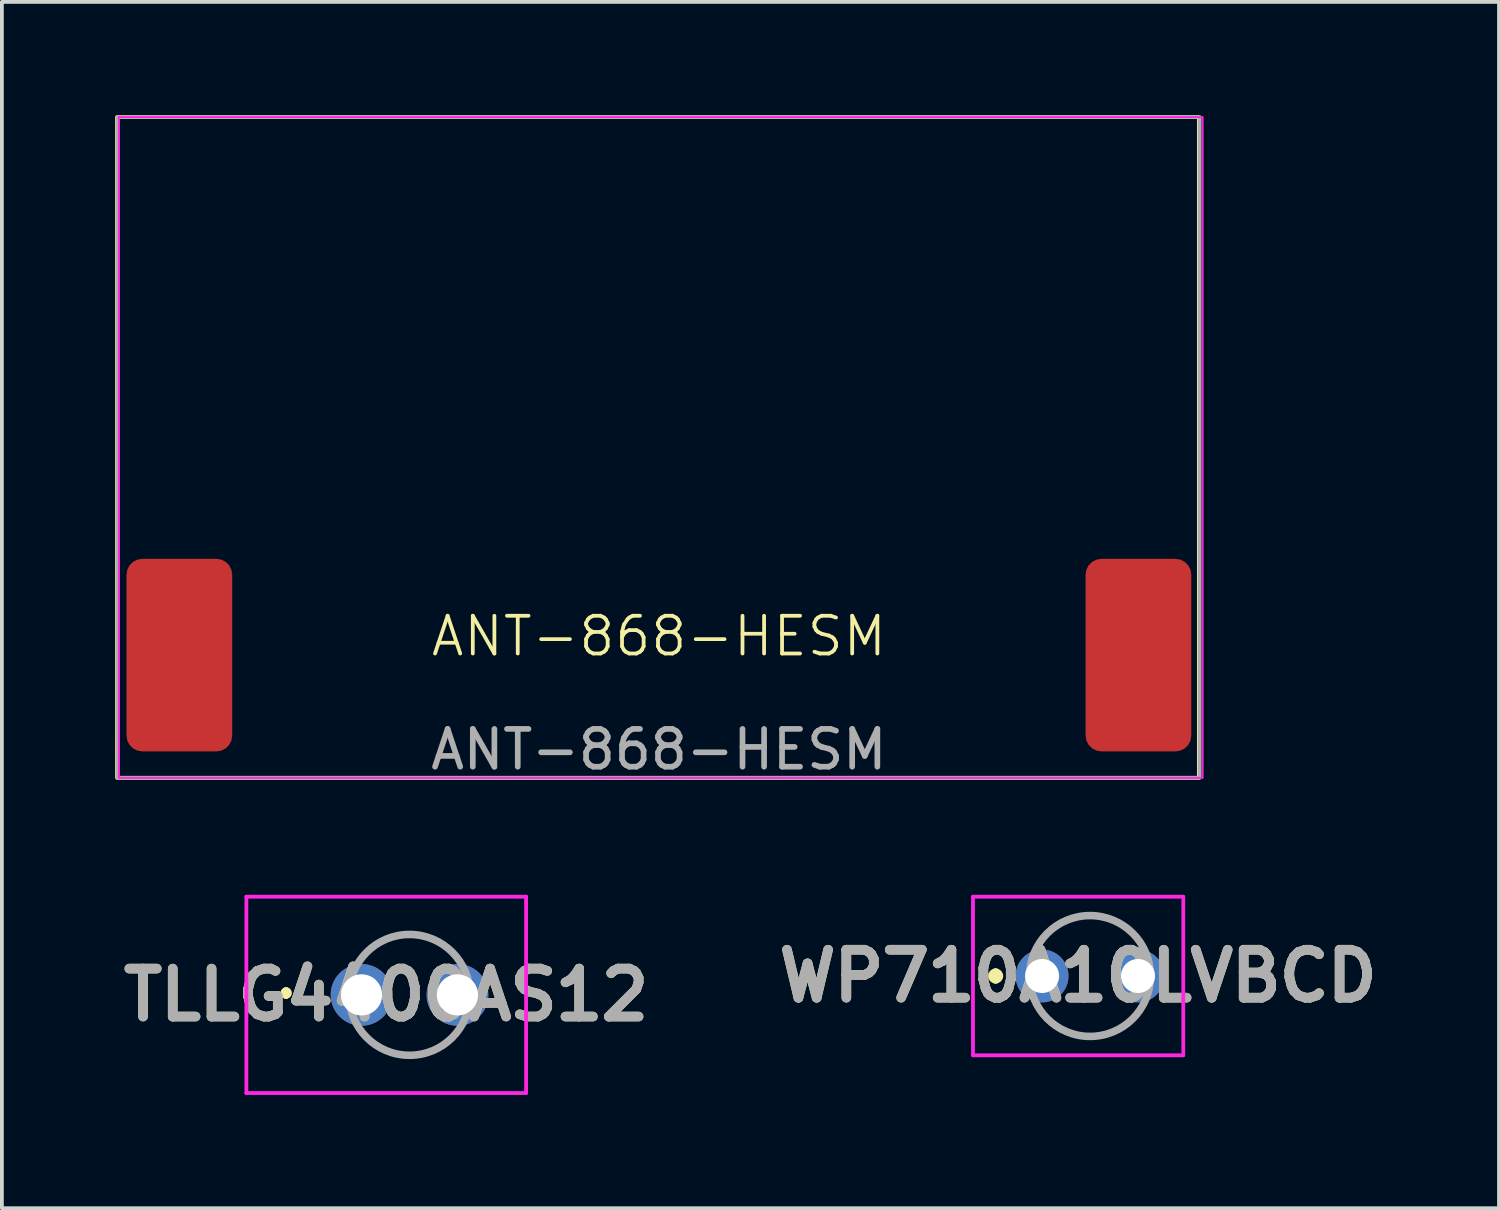
<source format=kicad_pcb>
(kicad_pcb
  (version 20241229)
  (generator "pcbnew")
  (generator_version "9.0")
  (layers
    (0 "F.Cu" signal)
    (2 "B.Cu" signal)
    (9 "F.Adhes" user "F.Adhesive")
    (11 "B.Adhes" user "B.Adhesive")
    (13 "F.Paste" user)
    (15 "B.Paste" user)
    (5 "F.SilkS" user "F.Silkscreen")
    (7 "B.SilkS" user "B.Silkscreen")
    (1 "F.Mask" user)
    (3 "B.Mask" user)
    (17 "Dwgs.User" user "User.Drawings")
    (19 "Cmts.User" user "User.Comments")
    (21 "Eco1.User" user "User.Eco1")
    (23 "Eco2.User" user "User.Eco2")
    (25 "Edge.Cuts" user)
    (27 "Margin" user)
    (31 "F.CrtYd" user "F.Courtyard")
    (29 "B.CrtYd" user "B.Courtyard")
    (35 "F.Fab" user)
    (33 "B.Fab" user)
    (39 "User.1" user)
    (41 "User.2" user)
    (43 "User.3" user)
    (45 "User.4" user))
  (footprint "WP710A10LVBCD"
    (layer "F.Cu")
    (at 24.548 22.798)
    (property "Reference" "WP710A10LVBCD" (at 0.955 0 0) (layer "F.SilkS") (effects (font (size 1.27 1.27) (thickness 0.254))))
    (attr through_hole)
    (fp_line (start -1.23 -0.1) (end -1.23 -0.1) (stroke (width 0.2) (type solid)) (layer "F.SilkS"))
    (fp_line (start -1.23 0.1) (end -1.23 0.1) (stroke (width 0.2) (type solid)) (layer "F.SilkS"))
    (fp_line (start 1.17 -1.6) (end 1.37 -1.6) (stroke (width 0.1) (type solid)) (layer "F.SilkS"))
    (fp_line (start 1.17 1.6) (end 1.37 1.6) (stroke (width 0.1) (type solid)) (layer "F.SilkS"))
    (fp_line (start 1.37 1.6) (end 1.17 1.6) (stroke (width 0.1) (type solid)) (layer "F.SilkS"))
    (fp_arc (start -1.23 -0.1) (mid -1.13 0) (end -1.23 0.1) (stroke (width 0.2) (type solid)) (layer "F.SilkS"))
    (fp_arc (start -1.23 0.1) (mid -1.33 0) (end -1.23 -0.1) (stroke (width 0.2) (type solid)) (layer "F.SilkS"))
    (fp_line (start -1.83 -2.1) (end 3.74 -2.1) (stroke (width 0.1) (type solid)) (layer "F.CrtYd"))
    (fp_line (start -1.83 2.1) (end -1.83 -2.1) (stroke (width 0.1) (type solid)) (layer "F.CrtYd"))
    (fp_line (start 3.74 -2.1) (end 3.74 2.1) (stroke (width 0.1) (type solid)) (layer "F.CrtYd"))
    (fp_line (start 3.74 2.1) (end -1.83 2.1) (stroke (width 0.1) (type solid)) (layer "F.CrtYd"))
    (fp_line (start -0.33 0) (end -0.33 0) (stroke (width 0.2) (type solid)) (layer "F.Fab"))
    (fp_line (start 2.87 0) (end 2.87 0) (stroke (width 0.2) (type solid)) (layer "F.Fab"))
    (fp_arc (start -0.33 0) (mid 1.27 -1.6) (end 2.87 0) (stroke (width 0.2) (type solid)) (layer "F.Fab"))
    (fp_arc (start 2.87 0) (mid 1.27 1.6) (end -0.33 0) (stroke (width 0.2) (type solid)) (layer "F.Fab"))
    (fp_text user "${REFERENCE}" (at 0.955 0 0) (layer "F.Fab") (effects (font (size 1.27 1.27) (thickness 0.254))))
    (pad "1" thru_hole circle (at 0 0) (size 1.4 1.4) (drill 0.9) (layers "*.Cu" "*.Mask"))
    (pad "2" thru_hole circle (at 2.54 0) (size 1.4 1.4) (drill 0.9) (layers "*.Cu" "*.Mask")))
  (footprint "TLLG4400AS12"
    (layer "F.Cu")
    (at 6.525 23.298)
    (property "Reference" "TLLG4400AS12" (at 0.654 0 0) (layer "F.SilkS") (effects (font (size 1.27 1.27) (thickness 0.254))))
    (attr through_hole)
    (fp_line (start -2 -0.1) (end -2 -0.1) (stroke (width 0.2) (type solid)) (layer "F.SilkS"))
    (fp_line (start -2 0) (end -2 0) (stroke (width 0.2) (type solid)) (layer "F.SilkS"))
    (fp_line (start -2 0) (end -2 0) (stroke (width 0.2) (type solid)) (layer "F.SilkS"))
    (fp_arc (start -2 -0.1) (mid -1.95 -0.05) (end -2 0) (stroke (width 0.2) (type solid)) (layer "F.SilkS"))
    (fp_arc (start -2 -0.1) (mid -1.95 -0.05) (end -2 0) (stroke (width 0.2) (type solid)) (layer "F.SilkS"))
    (fp_arc (start -2 0) (mid -2.05 -0.05) (end -2 -0.1) (stroke (width 0.2) (type solid)) (layer "F.SilkS"))
    (fp_line (start -3.05 -2.6) (end 4.358 -2.6) (stroke (width 0.1) (type solid)) (layer "F.CrtYd"))
    (fp_line (start -3.05 2.6) (end -3.05 -2.6) (stroke (width 0.1) (type solid)) (layer "F.CrtYd"))
    (fp_line (start 4.358 -2.6) (end 4.358 2.6) (stroke (width 0.1) (type solid)) (layer "F.CrtYd"))
    (fp_line (start 4.358 2.6) (end -3.05 2.6) (stroke (width 0.1) (type solid)) (layer "F.CrtYd"))
    (fp_line (start -0.33 0) (end -0.33 0) (stroke (width 0.2) (type solid)) (layer "F.Fab"))
    (fp_line (start 2.87 0) (end 2.87 0) (stroke (width 0.2) (type solid)) (layer "F.Fab"))
    (fp_arc (start -0.33 0) (mid 1.27 -1.6) (end 2.87 0) (stroke (width 0.2) (type solid)) (layer "F.Fab"))
    (fp_arc (start 2.87 0) (mid 1.27 1.6) (end -0.33 0) (stroke (width 0.2) (type solid)) (layer "F.Fab"))
    (fp_text user "${REFERENCE}" (at 0.654 0 0) (layer "F.Fab") (effects (font (size 1.27 1.27) (thickness 0.254))))
    (pad "1" thru_hole circle (at 0 0) (size 1.635 1.635) (drill 1.09) (layers "*.Cu" "*.Mask"))
    (pad "2" thru_hole circle (at 2.54 0) (size 1.635 1.635) (drill 1.09) (layers "*.Cu" "*.Mask")))
  (footprint "ANT-868-HESM"
    (layer "F.Cu")
    (at 14.4 14.3)
    (property "Reference" "ANT-868-HESM" (at 0 -0.5 0) (unlocked yes) (layer "F.SilkS") (effects (font (size 1 1) (thickness 0.1))))
    (attr smd)
    (fp_rect (start -14.35 -14.25) (end 14.3 3.25) (stroke (width 0.1) (type solid)) (fill no) (layer "F.SilkS"))
    (fp_rect (start -14.3 -14.25) (end 14.4 3.25) (stroke (width 0.05) (type solid)) (fill no) (layer "F.CrtYd"))
    (fp_rect (start -14.33 -14.25) (end 14.32 3.25) (stroke (width 0.1) (type solid)) (fill no) (layer "F.Fab"))
    (fp_text user "${REFERENCE}" (at 0 2.5 0) (unlocked yes) (layer "F.Fab") (effects (font (size 1 1) (thickness 0.15))))
    (pad "1" smd roundrect (at -12.7 0) (size 2.8 5.1) (layers "F.Cu" "F.Mask" "F.Paste") (roundrect_rratio 0.15))
    (pad "2" smd roundrect (at 12.7 0) (size 2.8 5.1) (layers "F.Cu" "F.Mask" "F.Paste") (roundrect_rratio 0.15)))
  (gr_rect
    (start -3 -3)
    (end 36.649 28.948)
    (stroke (width 0.1) (type default))
    (fill no)
    (layer "Edge.Cuts")))
</source>
